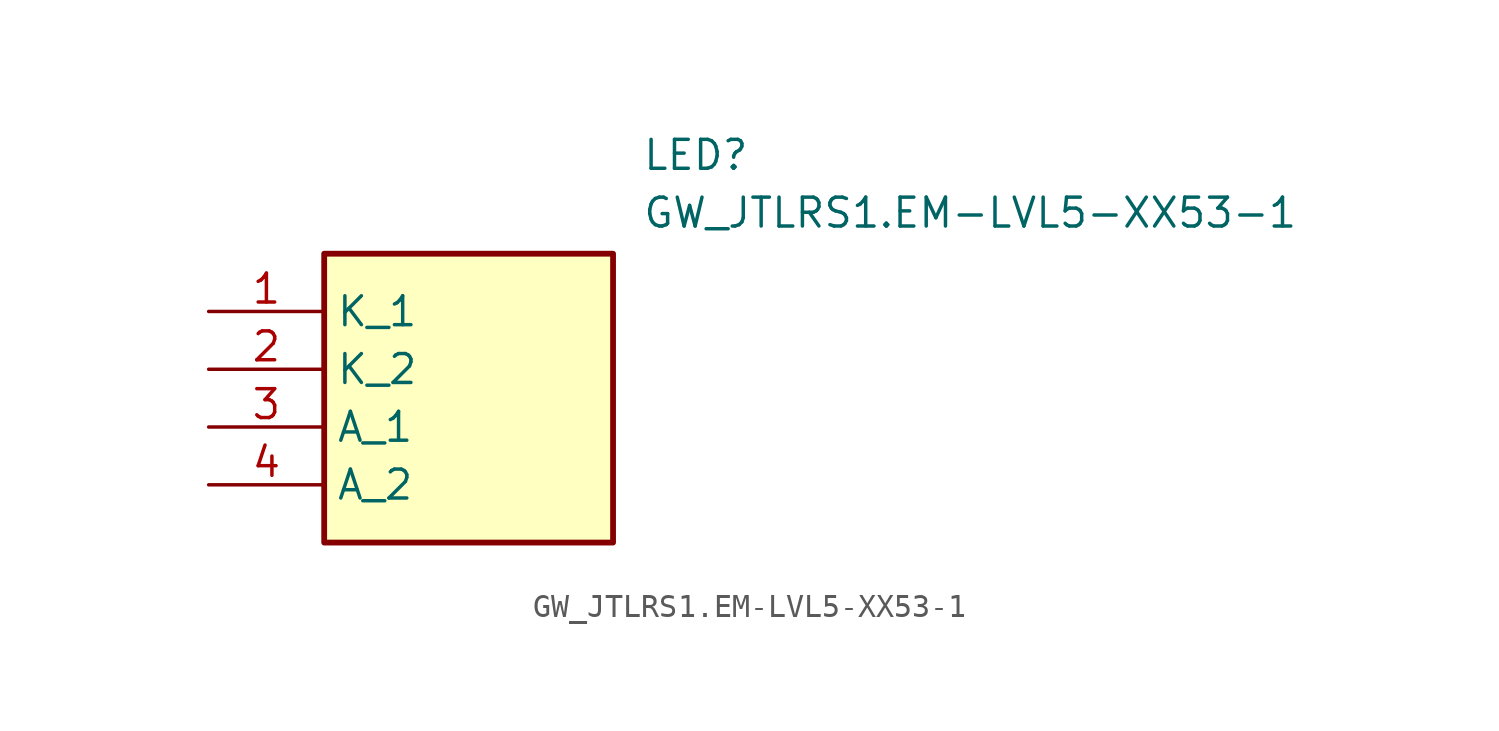
<source format=kicad_sym>
(kicad_symbol_lib
  (version 20211014)
  (generator SamacSys_ECAD_Model)
  (symbol "GW_JTLRS1.EM-LVL5-XX53-1"
    (property "Reference" "LED"
      (at 19.05 7.62 0)
      (effects (font (size 1.27 1.27)) (justify left top)))
    (property "Value" "GW_JTLRS1.EM-LVL5-XX53-1"
      (at 19.05 5.08 0)
      (effects (font (size 1.27 1.27)) (justify left top)))
    (rectangle
      (start 5.08 2.54)
      (end 17.78 -10.16)
      (stroke (width 0.254) (type default))
      (fill (type background)))
    (pin passive line
      (at 0 0 0)
      (length 5.08)
      (name "K_1" (effects (font (size 1.27 1.27))))
      (number "1" (effects (font (size 1.27 1.27)))))
    (pin passive line
      (at 0 -2.54 0)
      (length 5.08)
      (name "K_2" (effects (font (size 1.27 1.27))))
      (number "2" (effects (font (size 1.27 1.27)))))
    (pin passive line
      (at 0 -5.08 0)
      (length 5.08)
      (name "A_1" (effects (font (size 1.27 1.27))))
      (number "3" (effects (font (size 1.27 1.27)))))
    (pin passive line
      (at 0 -7.62 0)
      (length 5.08)
      (name "A_2" (effects (font (size 1.27 1.27))))
      (number "4" (effects (font (size 1.27 1.27)))))))
</source>
